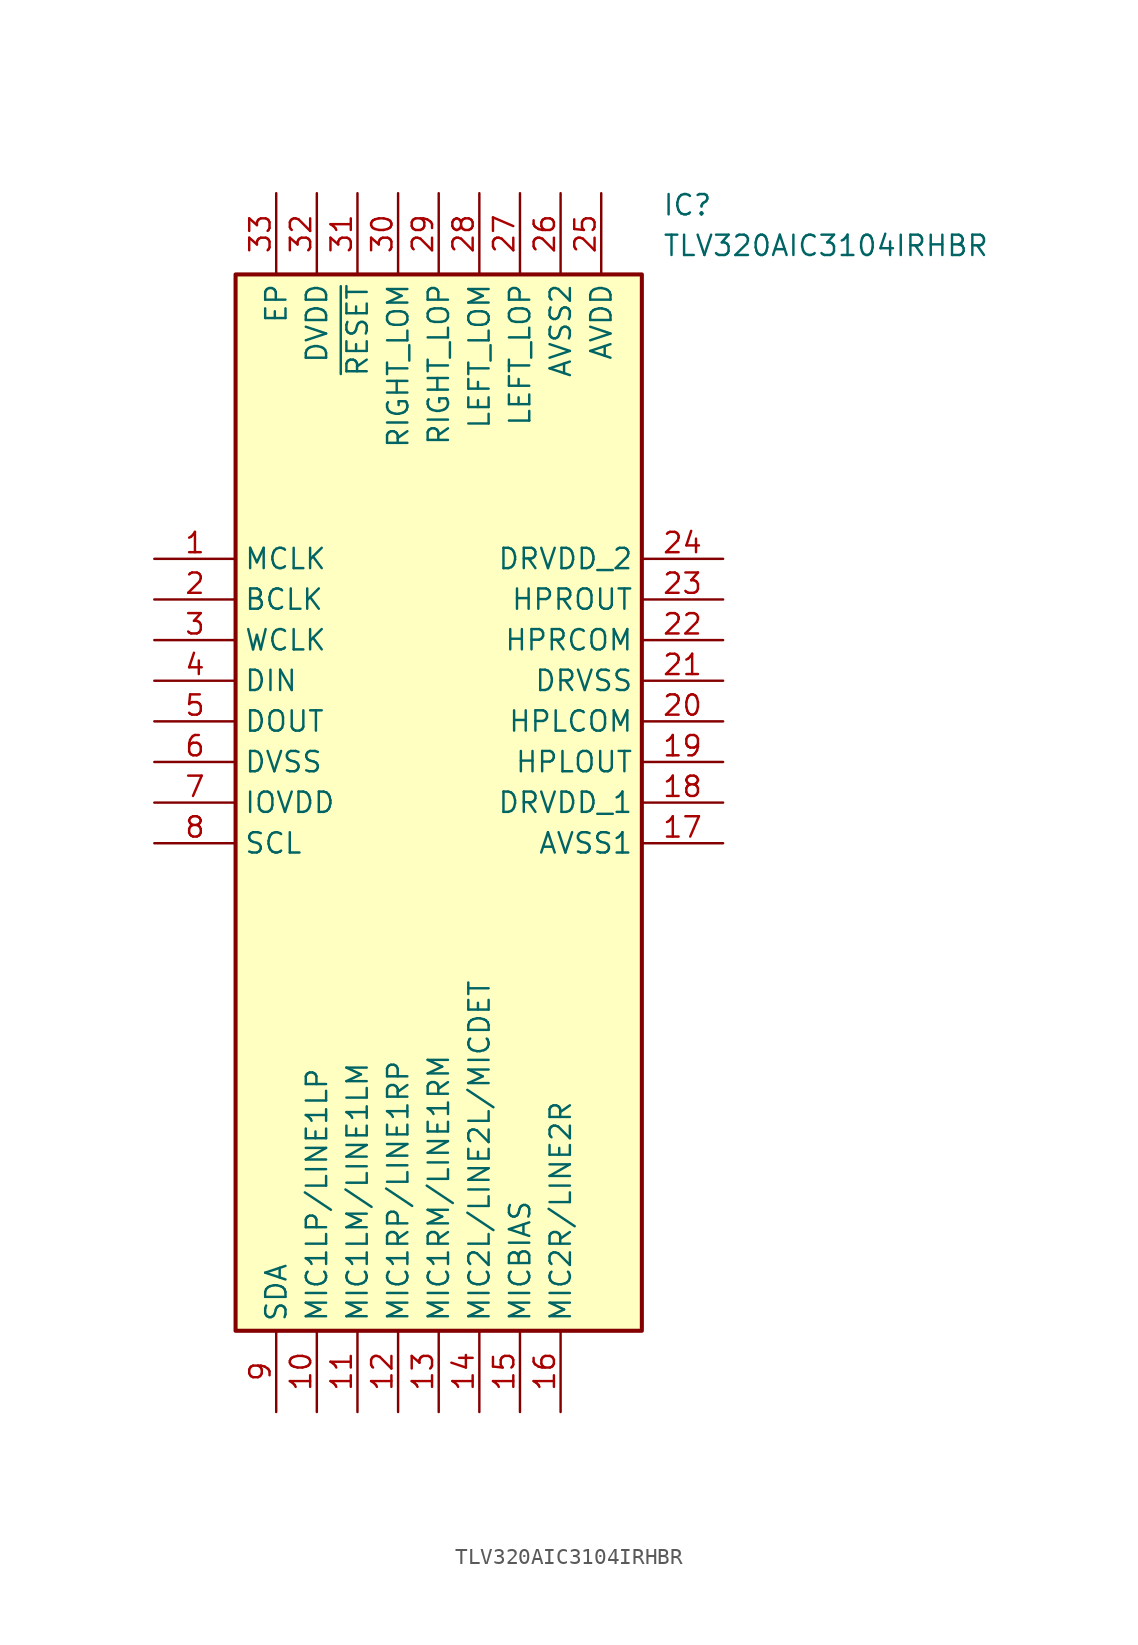
<source format=kicad_sym>
(kicad_symbol_lib
  (version 20211014)
  (generator SamacSys_ECAD_Model)
  (symbol "TLV320AIC3104IRHBR"
    (property "Reference" "IC"
      (at 31.75 22.86 0)
      (effects (font (size 1.27 1.27)) (justify left top)))
    (property "Value" "TLV320AIC3104IRHBR"
      (at 31.75 20.32 0)
      (effects (font (size 1.27 1.27)) (justify left top)))
    (rectangle
      (start 5.08 17.78)
      (end 30.48 -48.26)
      (stroke (width 0.254) (type default))
      (fill (type background)))
    (pin passive line
      (at 0 0 0)
      (length 5.08)
      (name "MCLK" (effects (font (size 1.27 1.27))))
      (number "1" (effects (font (size 1.27 1.27)))))
    (pin passive line
      (at 0 -2.54 0)
      (length 5.08)
      (name "BCLK" (effects (font (size 1.27 1.27))))
      (number "2" (effects (font (size 1.27 1.27)))))
    (pin passive line
      (at 0 -5.08 0)
      (length 5.08)
      (name "WCLK" (effects (font (size 1.27 1.27))))
      (number "3" (effects (font (size 1.27 1.27)))))
    (pin passive line
      (at 0 -7.62 0)
      (length 5.08)
      (name "DIN" (effects (font (size 1.27 1.27))))
      (number "4" (effects (font (size 1.27 1.27)))))
    (pin passive line
      (at 0 -10.16 0)
      (length 5.08)
      (name "DOUT" (effects (font (size 1.27 1.27))))
      (number "5" (effects (font (size 1.27 1.27)))))
    (pin passive line
      (at 0 -12.7 0)
      (length 5.08)
      (name "DVSS" (effects (font (size 1.27 1.27))))
      (number "6" (effects (font (size 1.27 1.27)))))
    (pin passive line
      (at 0 -15.24 0)
      (length 5.08)
      (name "IOVDD" (effects (font (size 1.27 1.27))))
      (number "7" (effects (font (size 1.27 1.27)))))
    (pin passive line
      (at 0 -17.78 0)
      (length 5.08)
      (name "SCL" (effects (font (size 1.27 1.27))))
      (number "8" (effects (font (size 1.27 1.27)))))
    (pin passive line
      (at 7.62 -53.34 90)
      (length 5.08)
      (name "SDA" (effects (font (size 1.27 1.27))))
      (number "9" (effects (font (size 1.27 1.27)))))
    (pin passive line
      (at 10.16 -53.34 90)
      (length 5.08)
      (name "MIC1LP/LINE1LP" (effects (font (size 1.27 1.27))))
      (number "10" (effects (font (size 1.27 1.27)))))
    (pin passive line
      (at 12.7 -53.34 90)
      (length 5.08)
      (name "MIC1LM/LINE1LM" (effects (font (size 1.27 1.27))))
      (number "11" (effects (font (size 1.27 1.27)))))
    (pin passive line
      (at 15.24 -53.34 90)
      (length 5.08)
      (name "MIC1RP/LINE1RP" (effects (font (size 1.27 1.27))))
      (number "12" (effects (font (size 1.27 1.27)))))
    (pin passive line
      (at 17.78 -53.34 90)
      (length 5.08)
      (name "MIC1RM/LINE1RM" (effects (font (size 1.27 1.27))))
      (number "13" (effects (font (size 1.27 1.27)))))
    (pin passive line
      (at 20.32 -53.34 90)
      (length 5.08)
      (name "MIC2L/LINE2L/MICDET" (effects (font (size 1.27 1.27))))
      (number "14" (effects (font (size 1.27 1.27)))))
    (pin passive line
      (at 22.86 -53.34 90)
      (length 5.08)
      (name "MICBIAS" (effects (font (size 1.27 1.27))))
      (number "15" (effects (font (size 1.27 1.27)))))
    (pin passive line
      (at 25.4 -53.34 90)
      (length 5.08)
      (name "MIC2R/LINE2R" (effects (font (size 1.27 1.27))))
      (number "16" (effects (font (size 1.27 1.27)))))
    (pin passive line
      (at 35.56 0 180)
      (length 5.08)
      (name "DRVDD_2" (effects (font (size 1.27 1.27))))
      (number "24" (effects (font (size 1.27 1.27)))))
    (pin passive line
      (at 35.56 -2.54 180)
      (length 5.08)
      (name "HPROUT" (effects (font (size 1.27 1.27))))
      (number "23" (effects (font (size 1.27 1.27)))))
    (pin passive line
      (at 35.56 -5.08 180)
      (length 5.08)
      (name "HPRCOM" (effects (font (size 1.27 1.27))))
      (number "22" (effects (font (size 1.27 1.27)))))
    (pin passive line
      (at 35.56 -7.62 180)
      (length 5.08)
      (name "DRVSS" (effects (font (size 1.27 1.27))))
      (number "21" (effects (font (size 1.27 1.27)))))
    (pin passive line
      (at 35.56 -10.16 180)
      (length 5.08)
      (name "HPLCOM" (effects (font (size 1.27 1.27))))
      (number "20" (effects (font (size 1.27 1.27)))))
    (pin passive line
      (at 35.56 -12.7 180)
      (length 5.08)
      (name "HPLOUT" (effects (font (size 1.27 1.27))))
      (number "19" (effects (font (size 1.27 1.27)))))
    (pin passive line
      (at 35.56 -15.24 180)
      (length 5.08)
      (name "DRVDD_1" (effects (font (size 1.27 1.27))))
      (number "18" (effects (font (size 1.27 1.27)))))
    (pin passive line
      (at 35.56 -17.78 180)
      (length 5.08)
      (name "AVSS1" (effects (font (size 1.27 1.27))))
      (number "17" (effects (font (size 1.27 1.27)))))
    (pin passive line
      (at 7.62 22.86 270)
      (length 5.08)
      (name "EP" (effects (font (size 1.27 1.27))))
      (number "33" (effects (font (size 1.27 1.27)))))
    (pin passive line
      (at 10.16 22.86 270)
      (length 5.08)
      (name "DVDD" (effects (font (size 1.27 1.27))))
      (number "32" (effects (font (size 1.27 1.27)))))
    (pin passive line
      (at 12.7 22.86 270)
      (length 5.08)
      (name "~{RESET}" (effects (font (size 1.27 1.27))))
      (number "31" (effects (font (size 1.27 1.27)))))
    (pin passive line
      (at 15.24 22.86 270)
      (length 5.08)
      (name "RIGHT_LOM" (effects (font (size 1.27 1.27))))
      (number "30" (effects (font (size 1.27 1.27)))))
    (pin passive line
      (at 17.78 22.86 270)
      (length 5.08)
      (name "RIGHT_LOP" (effects (font (size 1.27 1.27))))
      (number "29" (effects (font (size 1.27 1.27)))))
    (pin passive line
      (at 20.32 22.86 270)
      (length 5.08)
      (name "LEFT_LOM" (effects (font (size 1.27 1.27))))
      (number "28" (effects (font (size 1.27 1.27)))))
    (pin passive line
      (at 22.86 22.86 270)
      (length 5.08)
      (name "LEFT_LOP" (effects (font (size 1.27 1.27))))
      (number "27" (effects (font (size 1.27 1.27)))))
    (pin passive line
      (at 25.4 22.86 270)
      (length 5.08)
      (name "AVSS2" (effects (font (size 1.27 1.27))))
      (number "26" (effects (font (size 1.27 1.27)))))
    (pin passive line
      (at 27.94 22.86 270)
      (length 5.08)
      (name "AVDD" (effects (font (size 1.27 1.27))))
      (number "25" (effects (font (size 1.27 1.27)))))))
</source>
